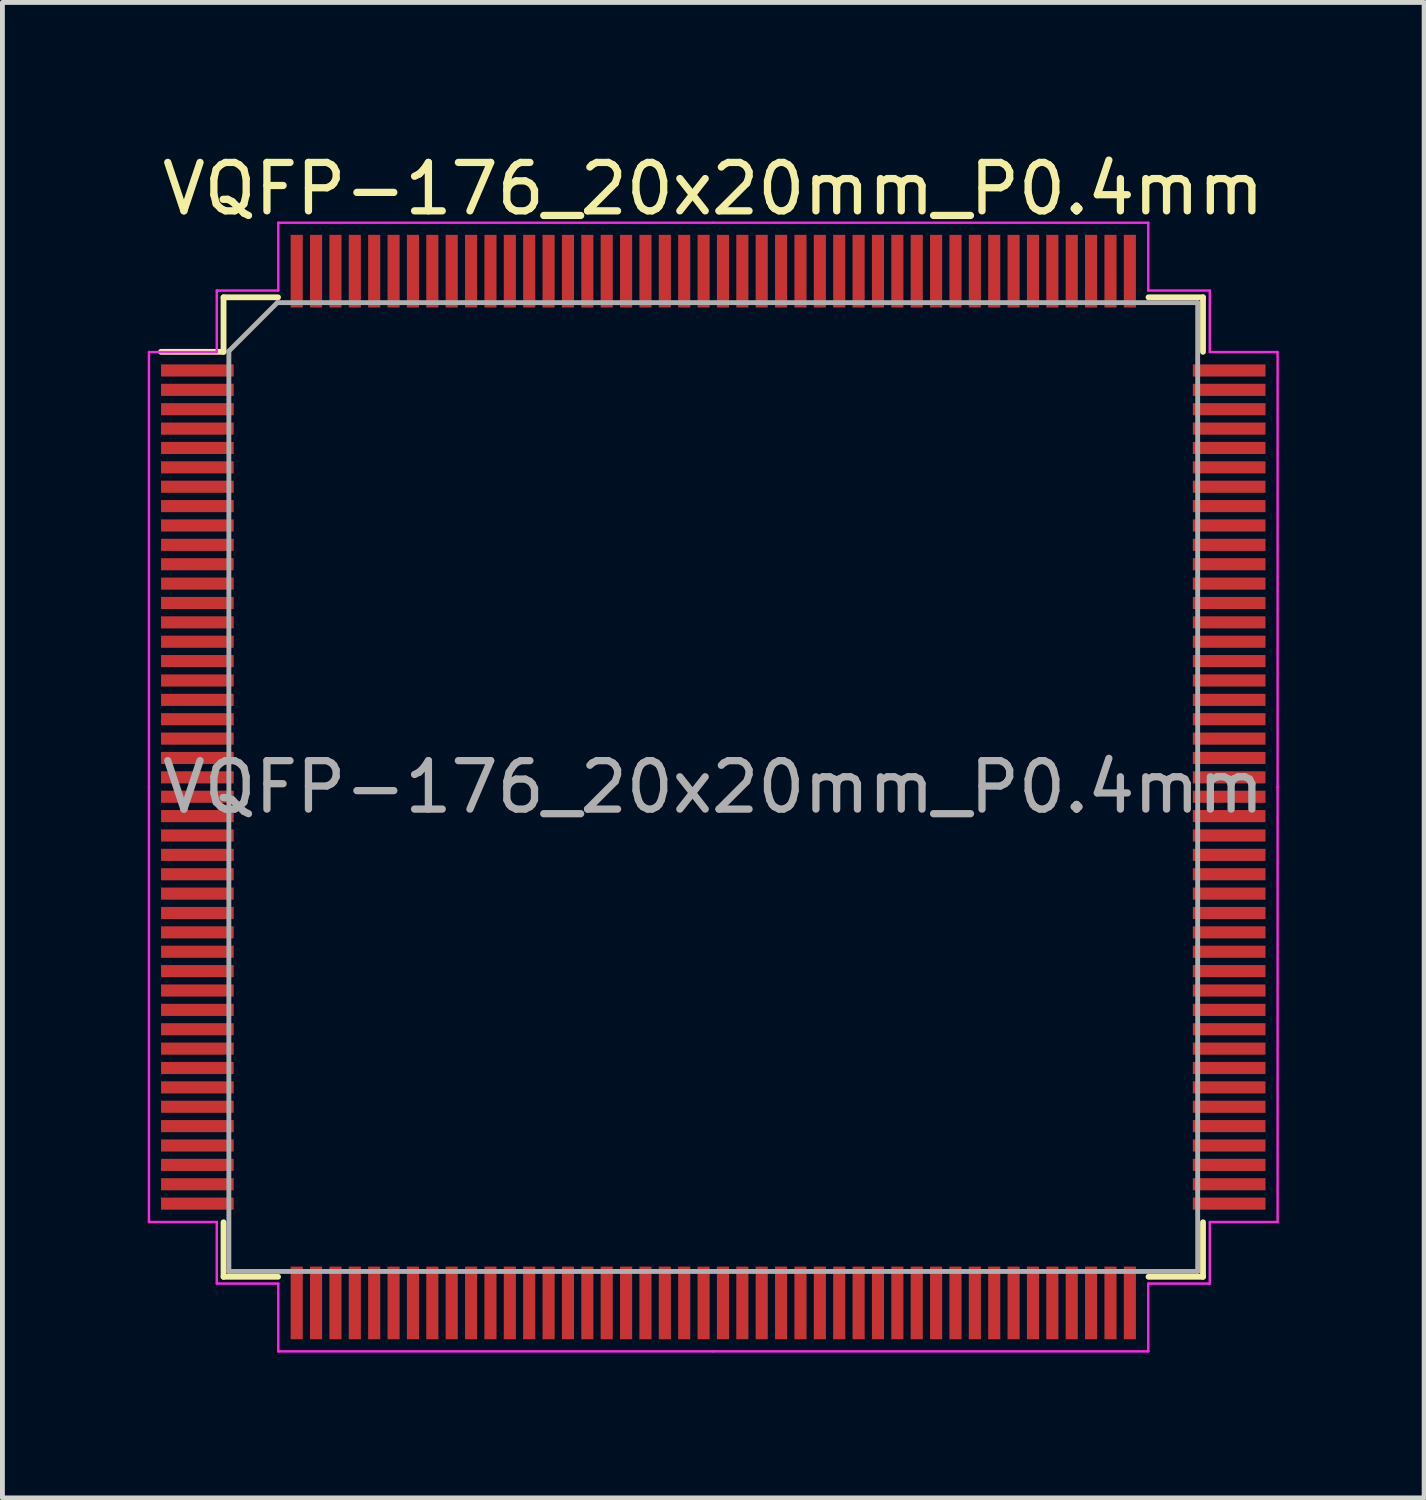
<source format=kicad_pcb>
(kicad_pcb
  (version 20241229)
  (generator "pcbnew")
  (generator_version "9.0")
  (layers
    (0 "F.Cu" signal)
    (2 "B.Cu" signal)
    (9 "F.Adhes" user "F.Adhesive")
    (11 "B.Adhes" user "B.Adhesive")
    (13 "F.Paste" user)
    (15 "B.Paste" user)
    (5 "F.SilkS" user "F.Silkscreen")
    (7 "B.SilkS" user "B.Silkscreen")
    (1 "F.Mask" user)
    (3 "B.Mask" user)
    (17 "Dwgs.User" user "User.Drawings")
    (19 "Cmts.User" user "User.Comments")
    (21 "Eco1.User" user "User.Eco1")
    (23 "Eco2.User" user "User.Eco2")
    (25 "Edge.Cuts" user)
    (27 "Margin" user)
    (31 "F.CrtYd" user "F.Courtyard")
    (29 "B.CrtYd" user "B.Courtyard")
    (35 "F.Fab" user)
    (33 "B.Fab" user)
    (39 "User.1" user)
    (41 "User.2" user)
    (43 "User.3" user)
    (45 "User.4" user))
  (footprint "VQFP-176_20x20mm_P0.4mm"
    (layer "F.Cu")
    (at 11.675 13.198)
    (property "Reference" "VQFP-176_20x20mm_P0.4mm" (at 0 -12.35 0) (layer "F.SilkS") (effects (font (size 1 1) (thickness 0.15))))
    (attr smd)
    (fp_line (start -10.11 -10.11) (end -10.11 -8.985) (stroke (width 0.12) (type solid)) (layer "F.SilkS"))
    (fp_line (start -10.11 -8.985) (end -11.4 -8.985) (stroke (width 0.12) (type solid)) (layer "F.SilkS"))
    (fp_line (start -10.11 10.11) (end -10.11 8.985) (stroke (width 0.12) (type solid)) (layer "F.SilkS"))
    (fp_line (start -8.985 -10.11) (end -10.11 -10.11) (stroke (width 0.12) (type solid)) (layer "F.SilkS"))
    (fp_line (start -8.985 10.11) (end -10.11 10.11) (stroke (width 0.12) (type solid)) (layer "F.SilkS"))
    (fp_line (start 8.985 -10.11) (end 10.11 -10.11) (stroke (width 0.12) (type solid)) (layer "F.SilkS"))
    (fp_line (start 8.985 10.11) (end 10.11 10.11) (stroke (width 0.12) (type solid)) (layer "F.SilkS"))
    (fp_line (start 10.11 -10.11) (end 10.11 -8.985) (stroke (width 0.12) (type solid)) (layer "F.SilkS"))
    (fp_line (start 10.11 10.11) (end 10.11 8.985) (stroke (width 0.12) (type solid)) (layer "F.SilkS"))
    (fp_line (start -11.65 -8.98) (end -11.65 0) (stroke (width 0.05) (type solid)) (layer "F.CrtYd"))
    (fp_line (start -11.65 8.98) (end -11.65 0) (stroke (width 0.05) (type solid)) (layer "F.CrtYd"))
    (fp_line (start -10.25 -10.25) (end -10.25 -8.98) (stroke (width 0.05) (type solid)) (layer "F.CrtYd"))
    (fp_line (start -10.25 -8.98) (end -11.65 -8.98) (stroke (width 0.05) (type solid)) (layer "F.CrtYd"))
    (fp_line (start -10.25 8.98) (end -11.65 8.98) (stroke (width 0.05) (type solid)) (layer "F.CrtYd"))
    (fp_line (start -10.25 10.25) (end -10.25 8.98) (stroke (width 0.05) (type solid)) (layer "F.CrtYd"))
    (fp_line (start -8.98 -11.65) (end -8.98 -10.25) (stroke (width 0.05) (type solid)) (layer "F.CrtYd"))
    (fp_line (start -8.98 -10.25) (end -10.25 -10.25) (stroke (width 0.05) (type solid)) (layer "F.CrtYd"))
    (fp_line (start -8.98 10.25) (end -10.25 10.25) (stroke (width 0.05) (type solid)) (layer "F.CrtYd"))
    (fp_line (start -8.98 11.65) (end -8.98 10.25) (stroke (width 0.05) (type solid)) (layer "F.CrtYd"))
    (fp_line (start 0 -11.65) (end -8.98 -11.65) (stroke (width 0.05) (type solid)) (layer "F.CrtYd"))
    (fp_line (start 0 -11.65) (end 8.98 -11.65) (stroke (width 0.05) (type solid)) (layer "F.CrtYd"))
    (fp_line (start 0 11.65) (end -8.98 11.65) (stroke (width 0.05) (type solid)) (layer "F.CrtYd"))
    (fp_line (start 0 11.65) (end 8.98 11.65) (stroke (width 0.05) (type solid)) (layer "F.CrtYd"))
    (fp_line (start 8.98 -11.65) (end 8.98 -10.25) (stroke (width 0.05) (type solid)) (layer "F.CrtYd"))
    (fp_line (start 8.98 -10.25) (end 10.25 -10.25) (stroke (width 0.05) (type solid)) (layer "F.CrtYd"))
    (fp_line (start 8.98 10.25) (end 10.25 10.25) (stroke (width 0.05) (type solid)) (layer "F.CrtYd"))
    (fp_line (start 8.98 11.65) (end 8.98 10.25) (stroke (width 0.05) (type solid)) (layer "F.CrtYd"))
    (fp_line (start 10.25 -10.25) (end 10.25 -8.98) (stroke (width 0.05) (type solid)) (layer "F.CrtYd"))
    (fp_line (start 10.25 -8.98) (end 11.65 -8.98) (stroke (width 0.05) (type solid)) (layer "F.CrtYd"))
    (fp_line (start 10.25 8.98) (end 11.65 8.98) (stroke (width 0.05) (type solid)) (layer "F.CrtYd"))
    (fp_line (start 10.25 10.25) (end 10.25 8.98) (stroke (width 0.05) (type solid)) (layer "F.CrtYd"))
    (fp_line (start 11.65 -8.98) (end 11.65 0) (stroke (width 0.05) (type solid)) (layer "F.CrtYd"))
    (fp_line (start 11.65 8.98) (end 11.65 0) (stroke (width 0.05) (type solid)) (layer "F.CrtYd"))
    (fp_line (start -10 -9) (end -9 -10) (stroke (width 0.1) (type solid)) (layer "F.Fab"))
    (fp_line (start -10 10) (end -10 -9) (stroke (width 0.1) (type solid)) (layer "F.Fab"))
    (fp_line (start -9 -10) (end 10 -10) (stroke (width 0.1) (type solid)) (layer "F.Fab"))
    (fp_line (start 10 -10) (end 10 10) (stroke (width 0.1) (type solid)) (layer "F.Fab"))
    (fp_line (start 10 10) (end -10 10) (stroke (width 0.1) (type solid)) (layer "F.Fab"))
    (fp_text user "${REFERENCE}" (at 0 0 0) (layer "F.Fab") (effects (font (size 1 1) (thickness 0.15))))
    (pad "1" smd rect (at -10.65 -8.6) (size 1.5 0.25) (layers "F.Cu" "F.Mask" "F.Paste"))
    (pad "2" smd rect (at -10.65 -8.2) (size 1.5 0.25) (layers "F.Cu" "F.Mask" "F.Paste"))
    (pad "3" smd rect (at -10.65 -7.8) (size 1.5 0.25) (layers "F.Cu" "F.Mask" "F.Paste"))
    (pad "4" smd rect (at -10.65 -7.4) (size 1.5 0.25) (layers "F.Cu" "F.Mask" "F.Paste"))
    (pad "5" smd rect (at -10.65 -7) (size 1.5 0.25) (layers "F.Cu" "F.Mask" "F.Paste"))
    (pad "6" smd rect (at -10.65 -6.6) (size 1.5 0.25) (layers "F.Cu" "F.Mask" "F.Paste"))
    (pad "7" smd rect (at -10.65 -6.2) (size 1.5 0.25) (layers "F.Cu" "F.Mask" "F.Paste"))
    (pad "8" smd rect (at -10.65 -5.8) (size 1.5 0.25) (layers "F.Cu" "F.Mask" "F.Paste"))
    (pad "9" smd rect (at -10.65 -5.4) (size 1.5 0.25) (layers "F.Cu" "F.Mask" "F.Paste"))
    (pad "10" smd rect (at -10.65 -5) (size 1.5 0.25) (layers "F.Cu" "F.Mask" "F.Paste"))
    (pad "11" smd rect (at -10.65 -4.6) (size 1.5 0.25) (layers "F.Cu" "F.Mask" "F.Paste"))
    (pad "12" smd rect (at -10.65 -4.2) (size 1.5 0.25) (layers "F.Cu" "F.Mask" "F.Paste"))
    (pad "13" smd rect (at -10.65 -3.8) (size 1.5 0.25) (layers "F.Cu" "F.Mask" "F.Paste"))
    (pad "14" smd rect (at -10.65 -3.4) (size 1.5 0.25) (layers "F.Cu" "F.Mask" "F.Paste"))
    (pad "15" smd rect (at -10.65 -3) (size 1.5 0.25) (layers "F.Cu" "F.Mask" "F.Paste"))
    (pad "16" smd rect (at -10.65 -2.6) (size 1.5 0.25) (layers "F.Cu" "F.Mask" "F.Paste"))
    (pad "17" smd rect (at -10.65 -2.2) (size 1.5 0.25) (layers "F.Cu" "F.Mask" "F.Paste"))
    (pad "18" smd rect (at -10.65 -1.8) (size 1.5 0.25) (layers "F.Cu" "F.Mask" "F.Paste"))
    (pad "19" smd rect (at -10.65 -1.4) (size 1.5 0.25) (layers "F.Cu" "F.Mask" "F.Paste"))
    (pad "20" smd rect (at -10.65 -1) (size 1.5 0.25) (layers "F.Cu" "F.Mask" "F.Paste"))
    (pad "21" smd rect (at -10.65 -0.6) (size 1.5 0.25) (layers "F.Cu" "F.Mask" "F.Paste"))
    (pad "22" smd rect (at -10.65 -0.2) (size 1.5 0.25) (layers "F.Cu" "F.Mask" "F.Paste"))
    (pad "23" smd rect (at -10.65 0.2) (size 1.5 0.25) (layers "F.Cu" "F.Mask" "F.Paste"))
    (pad "24" smd rect (at -10.65 0.6) (size 1.5 0.25) (layers "F.Cu" "F.Mask" "F.Paste"))
    (pad "25" smd rect (at -10.65 1) (size 1.5 0.25) (layers "F.Cu" "F.Mask" "F.Paste"))
    (pad "26" smd rect (at -10.65 1.4) (size 1.5 0.25) (layers "F.Cu" "F.Mask" "F.Paste"))
    (pad "27" smd rect (at -10.65 1.8) (size 1.5 0.25) (layers "F.Cu" "F.Mask" "F.Paste"))
    (pad "28" smd rect (at -10.65 2.2) (size 1.5 0.25) (layers "F.Cu" "F.Mask" "F.Paste"))
    (pad "29" smd rect (at -10.65 2.6) (size 1.5 0.25) (layers "F.Cu" "F.Mask" "F.Paste"))
    (pad "30" smd rect (at -10.65 3) (size 1.5 0.25) (layers "F.Cu" "F.Mask" "F.Paste"))
    (pad "31" smd rect (at -10.65 3.4) (size 1.5 0.25) (layers "F.Cu" "F.Mask" "F.Paste"))
    (pad "32" smd rect (at -10.65 3.8) (size 1.5 0.25) (layers "F.Cu" "F.Mask" "F.Paste"))
    (pad "33" smd rect (at -10.65 4.2) (size 1.5 0.25) (layers "F.Cu" "F.Mask" "F.Paste"))
    (pad "34" smd rect (at -10.65 4.6) (size 1.5 0.25) (layers "F.Cu" "F.Mask" "F.Paste"))
    (pad "35" smd rect (at -10.65 5) (size 1.5 0.25) (layers "F.Cu" "F.Mask" "F.Paste"))
    (pad "36" smd rect (at -10.65 5.4) (size 1.5 0.25) (layers "F.Cu" "F.Mask" "F.Paste"))
    (pad "37" smd rect (at -10.65 5.8) (size 1.5 0.25) (layers "F.Cu" "F.Mask" "F.Paste"))
    (pad "38" smd rect (at -10.65 6.2) (size 1.5 0.25) (layers "F.Cu" "F.Mask" "F.Paste"))
    (pad "39" smd rect (at -10.65 6.6) (size 1.5 0.25) (layers "F.Cu" "F.Mask" "F.Paste"))
    (pad "40" smd rect (at -10.65 7) (size 1.5 0.25) (layers "F.Cu" "F.Mask" "F.Paste"))
    (pad "41" smd rect (at -10.65 7.4) (size 1.5 0.25) (layers "F.Cu" "F.Mask" "F.Paste"))
    (pad "42" smd rect (at -10.65 7.8) (size 1.5 0.25) (layers "F.Cu" "F.Mask" "F.Paste"))
    (pad "43" smd rect (at -10.65 8.2) (size 1.5 0.25) (layers "F.Cu" "F.Mask" "F.Paste"))
    (pad "44" smd rect (at -10.65 8.6) (size 1.5 0.25) (layers "F.Cu" "F.Mask" "F.Paste"))
    (pad "45" smd rect (at -8.6 10.65) (size 0.25 1.5) (layers "F.Cu" "F.Mask" "F.Paste"))
    (pad "46" smd rect (at -8.2 10.65) (size 0.25 1.5) (layers "F.Cu" "F.Mask" "F.Paste"))
    (pad "47" smd rect (at -7.8 10.65) (size 0.25 1.5) (layers "F.Cu" "F.Mask" "F.Paste"))
    (pad "48" smd rect (at -7.4 10.65) (size 0.25 1.5) (layers "F.Cu" "F.Mask" "F.Paste"))
    (pad "49" smd rect (at -7 10.65) (size 0.25 1.5) (layers "F.Cu" "F.Mask" "F.Paste"))
    (pad "50" smd rect (at -6.6 10.65) (size 0.25 1.5) (layers "F.Cu" "F.Mask" "F.Paste"))
    (pad "51" smd rect (at -6.2 10.65) (size 0.25 1.5) (layers "F.Cu" "F.Mask" "F.Paste"))
    (pad "52" smd rect (at -5.8 10.65) (size 0.25 1.5) (layers "F.Cu" "F.Mask" "F.Paste"))
    (pad "53" smd rect (at -5.4 10.65) (size 0.25 1.5) (layers "F.Cu" "F.Mask" "F.Paste"))
    (pad "54" smd rect (at -5 10.65) (size 0.25 1.5) (layers "F.Cu" "F.Mask" "F.Paste"))
    (pad "55" smd rect (at -4.6 10.65) (size 0.25 1.5) (layers "F.Cu" "F.Mask" "F.Paste"))
    (pad "56" smd rect (at -4.2 10.65) (size 0.25 1.5) (layers "F.Cu" "F.Mask" "F.Paste"))
    (pad "57" smd rect (at -3.8 10.65) (size 0.25 1.5) (layers "F.Cu" "F.Mask" "F.Paste"))
    (pad "58" smd rect (at -3.4 10.65) (size 0.25 1.5) (layers "F.Cu" "F.Mask" "F.Paste"))
    (pad "59" smd rect (at -3 10.65) (size 0.25 1.5) (layers "F.Cu" "F.Mask" "F.Paste"))
    (pad "60" smd rect (at -2.6 10.65) (size 0.25 1.5) (layers "F.Cu" "F.Mask" "F.Paste"))
    (pad "61" smd rect (at -2.2 10.65) (size 0.25 1.5) (layers "F.Cu" "F.Mask" "F.Paste"))
    (pad "62" smd rect (at -1.8 10.65) (size 0.25 1.5) (layers "F.Cu" "F.Mask" "F.Paste"))
    (pad "63" smd rect (at -1.4 10.65) (size 0.25 1.5) (layers "F.Cu" "F.Mask" "F.Paste"))
    (pad "64" smd rect (at -1 10.65) (size 0.25 1.5) (layers "F.Cu" "F.Mask" "F.Paste"))
    (pad "65" smd rect (at -0.6 10.65) (size 0.25 1.5) (layers "F.Cu" "F.Mask" "F.Paste"))
    (pad "66" smd rect (at -0.2 10.65) (size 0.25 1.5) (layers "F.Cu" "F.Mask" "F.Paste"))
    (pad "67" smd rect (at 0.2 10.65) (size 0.25 1.5) (layers "F.Cu" "F.Mask" "F.Paste"))
    (pad "68" smd rect (at 0.6 10.65) (size 0.25 1.5) (layers "F.Cu" "F.Mask" "F.Paste"))
    (pad "69" smd rect (at 1 10.65) (size 0.25 1.5) (layers "F.Cu" "F.Mask" "F.Paste"))
    (pad "70" smd rect (at 1.4 10.65) (size 0.25 1.5) (layers "F.Cu" "F.Mask" "F.Paste"))
    (pad "71" smd rect (at 1.8 10.65) (size 0.25 1.5) (layers "F.Cu" "F.Mask" "F.Paste"))
    (pad "72" smd rect (at 2.2 10.65) (size 0.25 1.5) (layers "F.Cu" "F.Mask" "F.Paste"))
    (pad "73" smd rect (at 2.6 10.65) (size 0.25 1.5) (layers "F.Cu" "F.Mask" "F.Paste"))
    (pad "74" smd rect (at 3 10.65) (size 0.25 1.5) (layers "F.Cu" "F.Mask" "F.Paste"))
    (pad "75" smd rect (at 3.4 10.65) (size 0.25 1.5) (layers "F.Cu" "F.Mask" "F.Paste"))
    (pad "76" smd rect (at 3.8 10.65) (size 0.25 1.5) (layers "F.Cu" "F.Mask" "F.Paste"))
    (pad "77" smd rect (at 4.2 10.65) (size 0.25 1.5) (layers "F.Cu" "F.Mask" "F.Paste"))
    (pad "78" smd rect (at 4.6 10.65) (size 0.25 1.5) (layers "F.Cu" "F.Mask" "F.Paste"))
    (pad "79" smd rect (at 5 10.65) (size 0.25 1.5) (layers "F.Cu" "F.Mask" "F.Paste"))
    (pad "80" smd rect (at 5.4 10.65) (size 0.25 1.5) (layers "F.Cu" "F.Mask" "F.Paste"))
    (pad "81" smd rect (at 5.8 10.65) (size 0.25 1.5) (layers "F.Cu" "F.Mask" "F.Paste"))
    (pad "82" smd rect (at 6.2 10.65) (size 0.25 1.5) (layers "F.Cu" "F.Mask" "F.Paste"))
    (pad "83" smd rect (at 6.6 10.65) (size 0.25 1.5) (layers "F.Cu" "F.Mask" "F.Paste"))
    (pad "84" smd rect (at 7 10.65) (size 0.25 1.5) (layers "F.Cu" "F.Mask" "F.Paste"))
    (pad "85" smd rect (at 7.4 10.65) (size 0.25 1.5) (layers "F.Cu" "F.Mask" "F.Paste"))
    (pad "86" smd rect (at 7.8 10.65) (size 0.25 1.5) (layers "F.Cu" "F.Mask" "F.Paste"))
    (pad "87" smd rect (at 8.2 10.65) (size 0.25 1.5) (layers "F.Cu" "F.Mask" "F.Paste"))
    (pad "88" smd rect (at 8.6 10.65) (size 0.25 1.5) (layers "F.Cu" "F.Mask" "F.Paste"))
    (pad "89" smd rect (at 10.65 8.6) (size 1.5 0.25) (layers "F.Cu" "F.Mask" "F.Paste"))
    (pad "90" smd rect (at 10.65 8.2) (size 1.5 0.25) (layers "F.Cu" "F.Mask" "F.Paste"))
    (pad "91" smd rect (at 10.65 7.8) (size 1.5 0.25) (layers "F.Cu" "F.Mask" "F.Paste"))
    (pad "92" smd rect (at 10.65 7.4) (size 1.5 0.25) (layers "F.Cu" "F.Mask" "F.Paste"))
    (pad "93" smd rect (at 10.65 7) (size 1.5 0.25) (layers "F.Cu" "F.Mask" "F.Paste"))
    (pad "94" smd rect (at 10.65 6.6) (size 1.5 0.25) (layers "F.Cu" "F.Mask" "F.Paste"))
    (pad "95" smd rect (at 10.65 6.2) (size 1.5 0.25) (layers "F.Cu" "F.Mask" "F.Paste"))
    (pad "96" smd rect (at 10.65 5.8) (size 1.5 0.25) (layers "F.Cu" "F.Mask" "F.Paste"))
    (pad "97" smd rect (at 10.65 5.4) (size 1.5 0.25) (layers "F.Cu" "F.Mask" "F.Paste"))
    (pad "98" smd rect (at 10.65 5) (size 1.5 0.25) (layers "F.Cu" "F.Mask" "F.Paste"))
    (pad "99" smd rect (at 10.65 4.6) (size 1.5 0.25) (layers "F.Cu" "F.Mask" "F.Paste"))
    (pad "100" smd rect (at 10.65 4.2) (size 1.5 0.25) (layers "F.Cu" "F.Mask" "F.Paste"))
    (pad "101" smd rect (at 10.65 3.8) (size 1.5 0.25) (layers "F.Cu" "F.Mask" "F.Paste"))
    (pad "102" smd rect (at 10.65 3.4) (size 1.5 0.25) (layers "F.Cu" "F.Mask" "F.Paste"))
    (pad "103" smd rect (at 10.65 3) (size 1.5 0.25) (layers "F.Cu" "F.Mask" "F.Paste"))
    (pad "104" smd rect (at 10.65 2.6) (size 1.5 0.25) (layers "F.Cu" "F.Mask" "F.Paste"))
    (pad "105" smd rect (at 10.65 2.2) (size 1.5 0.25) (layers "F.Cu" "F.Mask" "F.Paste"))
    (pad "106" smd rect (at 10.65 1.8) (size 1.5 0.25) (layers "F.Cu" "F.Mask" "F.Paste"))
    (pad "107" smd rect (at 10.65 1.4) (size 1.5 0.25) (layers "F.Cu" "F.Mask" "F.Paste"))
    (pad "108" smd rect (at 10.65 1) (size 1.5 0.25) (layers "F.Cu" "F.Mask" "F.Paste"))
    (pad "109" smd rect (at 10.65 0.6) (size 1.5 0.25) (layers "F.Cu" "F.Mask" "F.Paste"))
    (pad "110" smd rect (at 10.65 0.2) (size 1.5 0.25) (layers "F.Cu" "F.Mask" "F.Paste"))
    (pad "111" smd rect (at 10.65 -0.2) (size 1.5 0.25) (layers "F.Cu" "F.Mask" "F.Paste"))
    (pad "112" smd rect (at 10.65 -0.6) (size 1.5 0.25) (layers "F.Cu" "F.Mask" "F.Paste"))
    (pad "113" smd rect (at 10.65 -1) (size 1.5 0.25) (layers "F.Cu" "F.Mask" "F.Paste"))
    (pad "114" smd rect (at 10.65 -1.4) (size 1.5 0.25) (layers "F.Cu" "F.Mask" "F.Paste"))
    (pad "115" smd rect (at 10.65 -1.8) (size 1.5 0.25) (layers "F.Cu" "F.Mask" "F.Paste"))
    (pad "116" smd rect (at 10.65 -2.2) (size 1.5 0.25) (layers "F.Cu" "F.Mask" "F.Paste"))
    (pad "117" smd rect (at 10.65 -2.6) (size 1.5 0.25) (layers "F.Cu" "F.Mask" "F.Paste"))
    (pad "118" smd rect (at 10.65 -3) (size 1.5 0.25) (layers "F.Cu" "F.Mask" "F.Paste"))
    (pad "119" smd rect (at 10.65 -3.4) (size 1.5 0.25) (layers "F.Cu" "F.Mask" "F.Paste"))
    (pad "120" smd rect (at 10.65 -3.8) (size 1.5 0.25) (layers "F.Cu" "F.Mask" "F.Paste"))
    (pad "121" smd rect (at 10.65 -4.2) (size 1.5 0.25) (layers "F.Cu" "F.Mask" "F.Paste"))
    (pad "122" smd rect (at 10.65 -4.6) (size 1.5 0.25) (layers "F.Cu" "F.Mask" "F.Paste"))
    (pad "123" smd rect (at 10.65 -5) (size 1.5 0.25) (layers "F.Cu" "F.Mask" "F.Paste"))
    (pad "124" smd rect (at 10.65 -5.4) (size 1.5 0.25) (layers "F.Cu" "F.Mask" "F.Paste"))
    (pad "125" smd rect (at 10.65 -5.8) (size 1.5 0.25) (layers "F.Cu" "F.Mask" "F.Paste"))
    (pad "126" smd rect (at 10.65 -6.2) (size 1.5 0.25) (layers "F.Cu" "F.Mask" "F.Paste"))
    (pad "127" smd rect (at 10.65 -6.6) (size 1.5 0.25) (layers "F.Cu" "F.Mask" "F.Paste"))
    (pad "128" smd rect (at 10.65 -7) (size 1.5 0.25) (layers "F.Cu" "F.Mask" "F.Paste"))
    (pad "129" smd rect (at 10.65 -7.4) (size 1.5 0.25) (layers "F.Cu" "F.Mask" "F.Paste"))
    (pad "130" smd rect (at 10.65 -7.8) (size 1.5 0.25) (layers "F.Cu" "F.Mask" "F.Paste"))
    (pad "131" smd rect (at 10.65 -8.2) (size 1.5 0.25) (layers "F.Cu" "F.Mask" "F.Paste"))
    (pad "132" smd rect (at 10.65 -8.6) (size 1.5 0.25) (layers "F.Cu" "F.Mask" "F.Paste"))
    (pad "133" smd rect (at 8.6 -10.65) (size 0.25 1.5) (layers "F.Cu" "F.Mask" "F.Paste"))
    (pad "134" smd rect (at 8.2 -10.65) (size 0.25 1.5) (layers "F.Cu" "F.Mask" "F.Paste"))
    (pad "135" smd rect (at 7.8 -10.65) (size 0.25 1.5) (layers "F.Cu" "F.Mask" "F.Paste"))
    (pad "136" smd rect (at 7.4 -10.65) (size 0.25 1.5) (layers "F.Cu" "F.Mask" "F.Paste"))
    (pad "137" smd rect (at 7 -10.65) (size 0.25 1.5) (layers "F.Cu" "F.Mask" "F.Paste"))
    (pad "138" smd rect (at 6.6 -10.65) (size 0.25 1.5) (layers "F.Cu" "F.Mask" "F.Paste"))
    (pad "139" smd rect (at 6.2 -10.65) (size 0.25 1.5) (layers "F.Cu" "F.Mask" "F.Paste"))
    (pad "140" smd rect (at 5.8 -10.65) (size 0.25 1.5) (layers "F.Cu" "F.Mask" "F.Paste"))
    (pad "141" smd rect (at 5.4 -10.65) (size 0.25 1.5) (layers "F.Cu" "F.Mask" "F.Paste"))
    (pad "142" smd rect (at 5 -10.65) (size 0.25 1.5) (layers "F.Cu" "F.Mask" "F.Paste"))
    (pad "143" smd rect (at 4.6 -10.65) (size 0.25 1.5) (layers "F.Cu" "F.Mask" "F.Paste"))
    (pad "144" smd rect (at 4.2 -10.65) (size 0.25 1.5) (layers "F.Cu" "F.Mask" "F.Paste"))
    (pad "145" smd rect (at 3.8 -10.65) (size 0.25 1.5) (layers "F.Cu" "F.Mask" "F.Paste"))
    (pad "146" smd rect (at 3.4 -10.65) (size 0.25 1.5) (layers "F.Cu" "F.Mask" "F.Paste"))
    (pad "147" smd rect (at 3 -10.65) (size 0.25 1.5) (layers "F.Cu" "F.Mask" "F.Paste"))
    (pad "148" smd rect (at 2.6 -10.65) (size 0.25 1.5) (layers "F.Cu" "F.Mask" "F.Paste"))
    (pad "149" smd rect (at 2.2 -10.65) (size 0.25 1.5) (layers "F.Cu" "F.Mask" "F.Paste"))
    (pad "150" smd rect (at 1.8 -10.65) (size 0.25 1.5) (layers "F.Cu" "F.Mask" "F.Paste"))
    (pad "151" smd rect (at 1.4 -10.65) (size 0.25 1.5) (layers "F.Cu" "F.Mask" "F.Paste"))
    (pad "152" smd rect (at 1 -10.65) (size 0.25 1.5) (layers "F.Cu" "F.Mask" "F.Paste"))
    (pad "153" smd rect (at 0.6 -10.65) (size 0.25 1.5) (layers "F.Cu" "F.Mask" "F.Paste"))
    (pad "154" smd rect (at 0.2 -10.65) (size 0.25 1.5) (layers "F.Cu" "F.Mask" "F.Paste"))
    (pad "155" smd rect (at -0.2 -10.65) (size 0.25 1.5) (layers "F.Cu" "F.Mask" "F.Paste"))
    (pad "156" smd rect (at -0.6 -10.65) (size 0.25 1.5) (layers "F.Cu" "F.Mask" "F.Paste"))
    (pad "157" smd rect (at -1 -10.65) (size 0.25 1.5) (layers "F.Cu" "F.Mask" "F.Paste"))
    (pad "158" smd rect (at -1.4 -10.65) (size 0.25 1.5) (layers "F.Cu" "F.Mask" "F.Paste"))
    (pad "159" smd rect (at -1.8 -10.65) (size 0.25 1.5) (layers "F.Cu" "F.Mask" "F.Paste"))
    (pad "160" smd rect (at -2.2 -10.65) (size 0.25 1.5) (layers "F.Cu" "F.Mask" "F.Paste"))
    (pad "161" smd rect (at -2.6 -10.65) (size 0.25 1.5) (layers "F.Cu" "F.Mask" "F.Paste"))
    (pad "162" smd rect (at -3 -10.65) (size 0.25 1.5) (layers "F.Cu" "F.Mask" "F.Paste"))
    (pad "163" smd rect (at -3.4 -10.65) (size 0.25 1.5) (layers "F.Cu" "F.Mask" "F.Paste"))
    (pad "164" smd rect (at -3.8 -10.65) (size 0.25 1.5) (layers "F.Cu" "F.Mask" "F.Paste"))
    (pad "165" smd rect (at -4.2 -10.65) (size 0.25 1.5) (layers "F.Cu" "F.Mask" "F.Paste"))
    (pad "166" smd rect (at -4.6 -10.65) (size 0.25 1.5) (layers "F.Cu" "F.Mask" "F.Paste"))
    (pad "167" smd rect (at -5 -10.65) (size 0.25 1.5) (layers "F.Cu" "F.Mask" "F.Paste"))
    (pad "168" smd rect (at -5.4 -10.65) (size 0.25 1.5) (layers "F.Cu" "F.Mask" "F.Paste"))
    (pad "169" smd rect (at -5.8 -10.65) (size 0.25 1.5) (layers "F.Cu" "F.Mask" "F.Paste"))
    (pad "170" smd rect (at -6.2 -10.65) (size 0.25 1.5) (layers "F.Cu" "F.Mask" "F.Paste"))
    (pad "171" smd rect (at -6.6 -10.65) (size 0.25 1.5) (layers "F.Cu" "F.Mask" "F.Paste"))
    (pad "172" smd rect (at -7 -10.65) (size 0.25 1.5) (layers "F.Cu" "F.Mask" "F.Paste"))
    (pad "173" smd rect (at -7.4 -10.65) (size 0.25 1.5) (layers "F.Cu" "F.Mask" "F.Paste"))
    (pad "174" smd rect (at -7.8 -10.65) (size 0.25 1.5) (layers "F.Cu" "F.Mask" "F.Paste"))
    (pad "175" smd rect (at -8.2 -10.65) (size 0.25 1.5) (layers "F.Cu" "F.Mask" "F.Paste"))
    (pad "176" smd rect (at -8.6 -10.65) (size 0.25 1.5) (layers "F.Cu" "F.Mask" "F.Paste")))
  (gr_rect
    (start -3 -3)
    (end 26.35 27.873)
    (stroke (width 0.1) (type default))
    (fill no)
    (layer "Edge.Cuts")))
</source>
